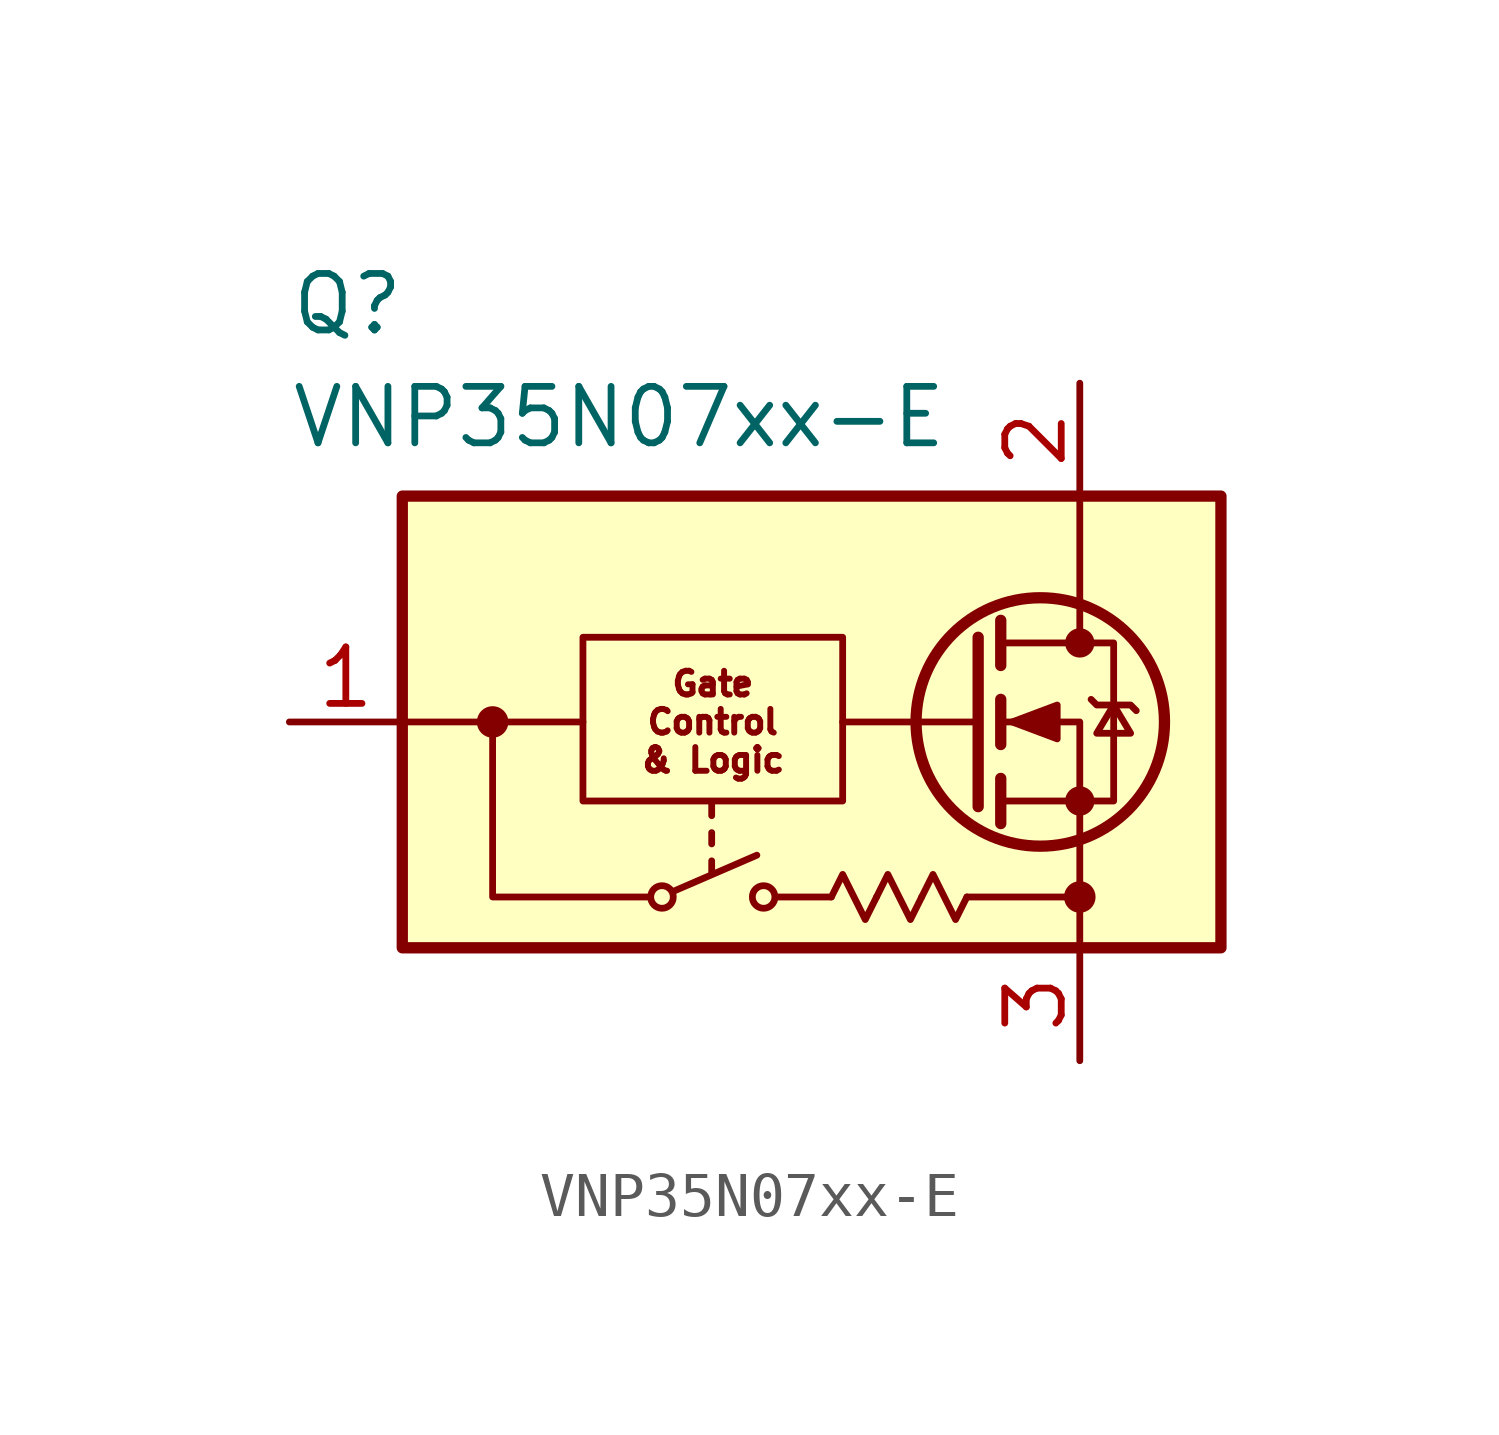
<source format=kicad_sym>
(kicad_symbol_lib
  (version 20241209)
  (generator "kicad_symbol_editor")
  (generator_version "9.0")
  (symbol "VNP35N07xx-E"
    (pin_names
      (offset 0)
      (hide yes))
    (property "Reference" "Q"
      (at -17.78 9.398 0)
      (effects (font (size 1.27 1.27)) (justify left)))
    (property "Value" "VNP35N07xx-E"
      (at -17.78 6.858 0)
      (effects (font (size 1.27 1.27)) (justify left)))
    (symbol "VNP35N07xx-E_0_0"
      (polyline (pts (xy 0 2.667) (xy 0 5.08)) (stroke (width 0) (type default)) (fill (type none)))
      (polyline (pts (xy 0 -5.08) (xy 0 -2.667)) (stroke (width 0) (type default)) (fill (type none))))
    (symbol "VNP35N07xx-E_0_1"
      (rectangle (start -15.24 5.08) (end 3.175 -5.08) (stroke (width 0.254) (type default)) (fill (type background)))
      (rectangle (start -11.176 1.905) (end -5.334 -1.778) (stroke (width 0) (type default)) (fill (type none)))
      (polyline (pts (xy -11.176 0) (xy -15.24 0)) (stroke (width 0) (type default)) (fill (type none)))
      (polyline (pts (xy -9.677 -3.937) (xy -13.208 -3.937) (xy -13.208 0)) (stroke (width 0) (type default)) (fill (type none)))
      (circle (center -9.398 -3.937) (radius 0.254) (stroke (width 0) (type default)) (fill (type none)))
      (polyline (pts (xy -9.144 -3.81) (xy -7.264 -2.997)) (stroke (width 0) (type default)) (fill (type none)))
      (circle (center -7.112 -3.937) (radius 0.254) (stroke (width 0) (type default)) (fill (type none)))
      (polyline (pts (xy -5.588 -3.937) (xy -6.833 -3.937)) (stroke (width 0) (type default)) (fill (type none)))
      (polyline (pts (xy -5.588 -3.937) (xy -5.334 -3.429) (xy -5.08 -3.937) (xy -4.826 -4.445) (xy -4.572 -3.937)) (stroke (width 0) (type default)) (fill (type none)))
      (polyline (pts (xy -5.334 0) (xy -2.286 0)) (stroke (width 0) (type default)) (fill (type none)))
      (polyline (pts (xy -4.572 -3.937) (xy -4.318 -3.429) (xy -4.064 -3.937) (xy -3.81 -4.445) (xy -3.556 -3.937)) (stroke (width 0) (type default)) (fill (type none)))
      (polyline (pts (xy -3.556 -3.937) (xy -3.302 -3.429) (xy -3.048 -3.937) (xy -2.794 -4.445) (xy -2.54 -3.937)) (stroke (width 0) (type default)) (fill (type none)))
      (polyline (pts (xy -2.286 1.905) (xy -2.286 -1.905)) (stroke (width 0.254) (type default)) (fill (type none)))
      (polyline (pts (xy -1.778 2.286) (xy -1.778 1.27)) (stroke (width 0.254) (type default)) (fill (type none)))
      (polyline (pts (xy -1.778 0.508) (xy -1.778 -0.508)) (stroke (width 0.254) (type default)) (fill (type none)))
      (polyline (pts (xy -1.778 -1.27) (xy -1.778 -2.286)) (stroke (width 0.254) (type default)) (fill (type none)))
      (polyline (pts (xy -1.778 -1.778) (xy 0.762 -1.778) (xy 0.762 1.778) (xy -1.778 1.778)) (stroke (width 0) (type default)) (fill (type none)))
      (polyline (pts (xy -1.524 0) (xy -0.508 0.381) (xy -0.508 -0.381) (xy -1.524 0)) (stroke (width 0) (type default)) (fill (type outline)))
      (circle (center -0.889 0) (radius 2.794) (stroke (width 0.254) (type default)) (fill (type none)))
      (polyline (pts (xy 0 2.54) (xy 0 1.778)) (stroke (width 0) (type default)) (fill (type none)))
      (circle (center 0 1.778) (radius 0.254) (stroke (width 0) (type default)) (fill (type outline)))
      (circle (center 0 -1.778) (radius 0.254) (stroke (width 0) (type default)) (fill (type outline)))
      (polyline (pts (xy 0 -2.54) (xy 0 0) (xy -1.778 0)) (stroke (width 0) (type default)) (fill (type none)))
      (polyline (pts (xy 0 -3.937) (xy -2.54 -3.937)) (stroke (width 0) (type default)) (fill (type none)))
      (polyline (pts (xy 0.254 0.508) (xy 0.381 0.381) (xy 1.143 0.381) (xy 1.27 0.254)) (stroke (width 0) (type default)) (fill (type none)))
      (polyline (pts (xy 0.762 0.381) (xy 0.381 -0.254) (xy 1.143 -0.254) (xy 0.762 0.381)) (stroke (width 0) (type default)) (fill (type none))))
    (symbol "VNP35N07xx-E_1_1"
      (circle (center -13.208 0) (radius 0.279) (stroke (width 0) (type default)) (fill (type outline)))
      (polyline (pts (xy -8.28 -2.108) (xy -8.28 -1.803)) (stroke (width 0) (type default)) (fill (type none)))
      (polyline (pts (xy -8.28 -2.743) (xy -8.28 -2.489)) (stroke (width 0) (type default)) (fill (type none)))
      (polyline (pts (xy -8.28 -3.378) (xy -8.28 -3.124)) (stroke (width 0) (type default)) (fill (type none)))
      (circle (center 0 -3.937) (radius 0.279) (stroke (width 0) (type default)) (fill (type outline)))
      (text "Gate\nControl\n& Logic" (at -8.255 0 0) (effects (font (size 0.533 0.533))))
      (pin bidirectional line (at -17.78 0 0) (length 2.54) (name "INPUT" (effects (font (size 1.27 1.27)))) (number "1" (effects (font (size 1.27 1.27)))))
      (pin passive line (at 0 7.62 270) (length 2.54) (name "DRAIN" (effects (font (size 1.27 1.27)))) (number "2" (effects (font (size 1.27 1.27)))))
      (pin passive line (at 0 -7.62 90) (length 2.54) (name "SOURCE" (effects (font (size 1.27 1.27)))) (number "3" (effects (font (size 1.27 1.27))))))))
</source>
